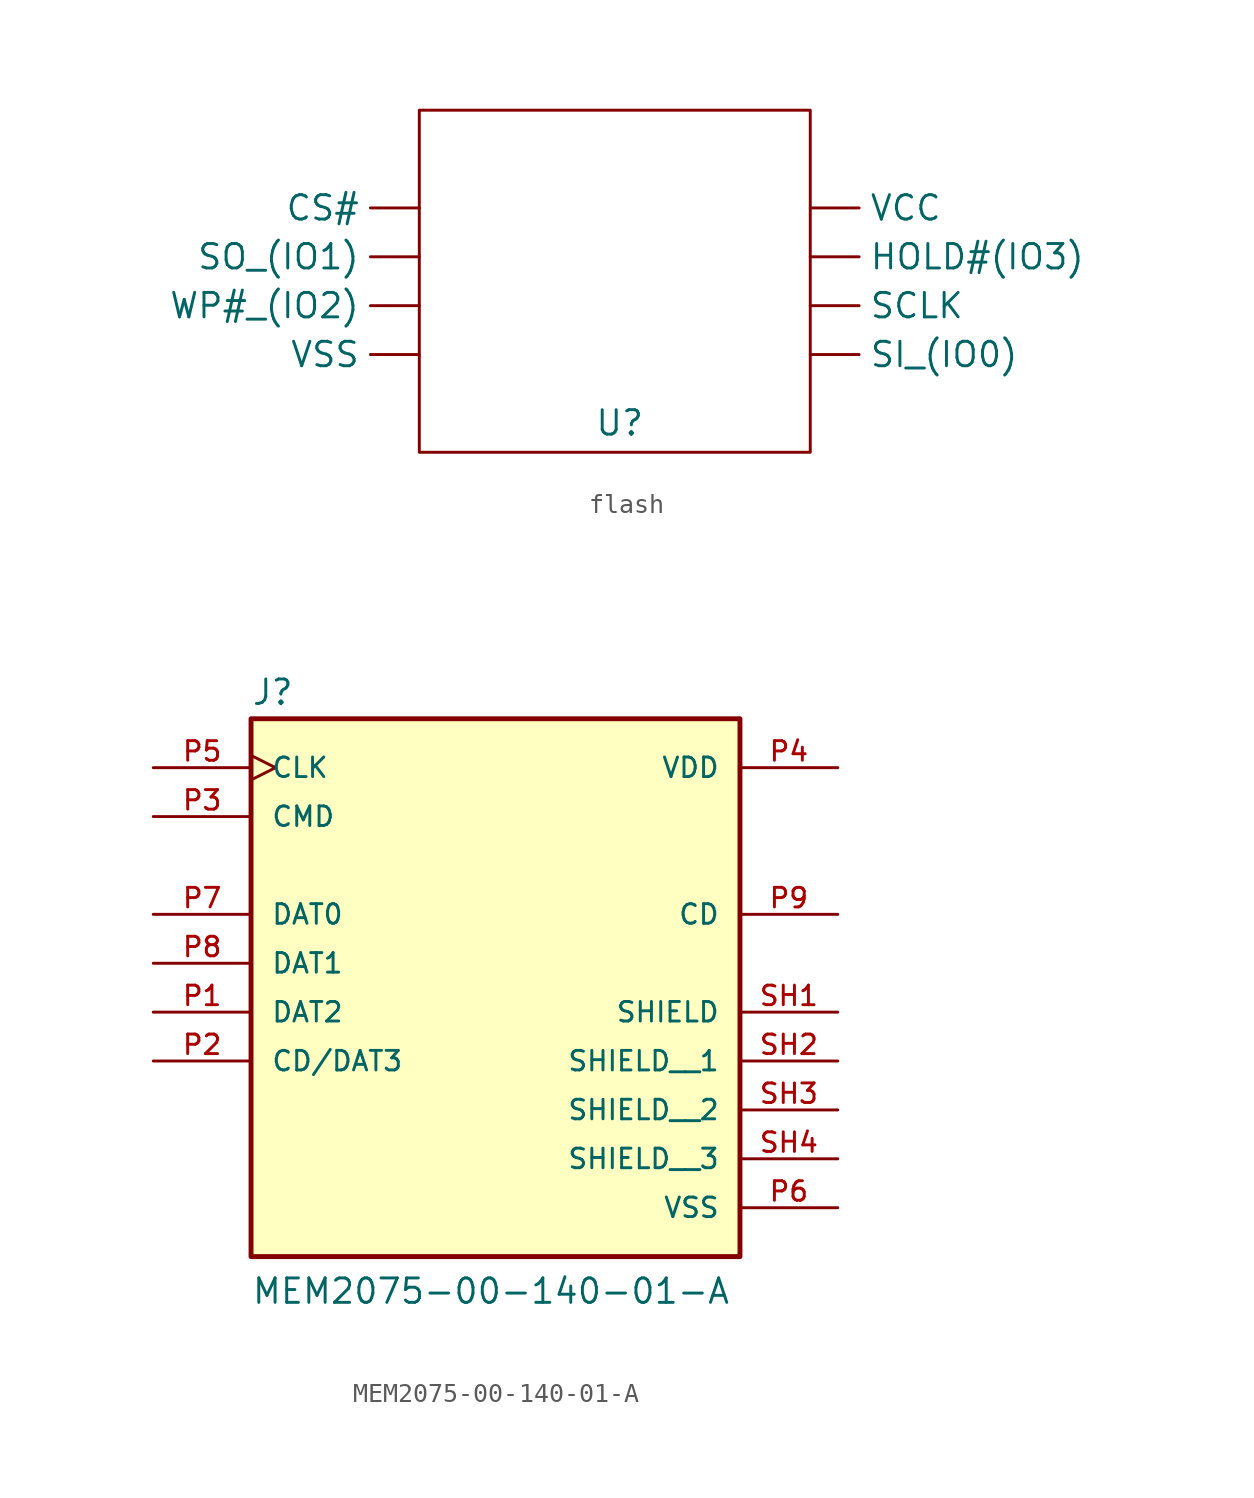
<source format=kicad_sym>
(kicad_symbol_lib
  (version 20231120)
  (generator "kicad_symbol_editor")
  (generator_version "8.0")
  (symbol "flash"
    (property "Reference" "U"
      (at 6.604 -3.556 0)
      (effects (font (size 1.27 1.27))))
    (property "Value" ""
      (at 0 0 0)
      (effects (font (size 1.27 1.27))))
    (symbol "flash_0_1"
      (rectangle (start -3.81 12.7) (end 16.51 -5.08) (stroke (width 0) (type default)) (fill (type none))))
    (symbol "flash_1_1"
      (pin input line (at -3.81 7.62 180) (length 2.54) (name "CS#" (effects (font (size 1.27 1.27)))) (number "" (effects (font (size 1.27 1.27)))))
      (pin bidirectional line (at 16.51 5.08 0) (length 2.54) (name "HOLD#(IO3)" (effects (font (size 1.27 1.27)))) (number "" (effects (font (size 1.27 1.27)))))
      (pin input line (at 16.51 2.54 0) (length 2.54) (name "SCLK" (effects (font (size 1.27 1.27)))) (number "" (effects (font (size 1.27 1.27)))))
      (pin bidirectional line (at 16.51 0 0) (length 2.54) (name "SI_(IO0)" (effects (font (size 1.27 1.27)))) (number "" (effects (font (size 1.27 1.27)))))
      (pin bidirectional line (at -3.81 5.08 180) (length 2.54) (name "SO_(IO1)" (effects (font (size 1.27 1.27)))) (number "" (effects (font (size 1.27 1.27)))))
      (pin input line (at 16.51 7.62 0) (length 2.54) (name "VCC" (effects (font (size 1.27 1.27)))) (number "" (effects (font (size 1.27 1.27)))))
      (pin input line (at -3.81 0 180) (length 2.54) (name "VSS" (effects (font (size 1.27 1.27)))) (number "" (effects (font (size 1.27 1.27)))))
      (pin bidirectional line (at -3.81 2.54 180) (length 2.54) (name "WP#_(IO2)" (effects (font (size 1.27 1.27)))) (number "" (effects (font (size 1.27 1.27)))))))
  (symbol "MEM2075-00-140-01-A"
    (pin_names
      (offset 1.016))
    (property "Reference" "J"
      (at -12.7 10.795 0)
      (effects (font (size 1.27 1.27)) (justify left bottom)))
    (property "Value" "MEM2075-00-140-01-A"
      (at -12.7 -20.32 0)
      (effects (font (size 1.27 1.27)) (justify left bottom)))
    (property "ki_locked" ""
      (at 0 0 0)
      (effects (font (size 1.27 1.27))))
    (symbol "MEM2075-00-140-01-A_0_0"
      (rectangle (start -12.7 -17.78) (end 12.7 10.16) (stroke (width 0.254) (type solid)) (fill (type background)))
      (pin bidirectional line (at -17.78 -5.08 0) (length 5.08) (name "DAT2" (effects (font (size 1.016 1.016)))) (number "P1" (effects (font (size 1.016 1.016)))))
      (pin bidirectional line (at -17.78 -7.62 0) (length 5.08) (name "CD/DAT3" (effects (font (size 1.016 1.016)))) (number "P2" (effects (font (size 1.016 1.016)))))
      (pin bidirectional line (at -17.78 5.08 0) (length 5.08) (name "CMD" (effects (font (size 1.016 1.016)))) (number "P3" (effects (font (size 1.016 1.016)))))
      (pin power_in line (at 17.78 7.62 180) (length 5.08) (name "VDD" (effects (font (size 1.016 1.016)))) (number "P4" (effects (font (size 1.016 1.016)))))
      (pin bidirectional clock (at -17.78 7.62 0) (length 5.08) (name "CLK" (effects (font (size 1.016 1.016)))) (number "P5" (effects (font (size 1.016 1.016)))))
      (pin power_in line (at 17.78 -15.24 180) (length 5.08) (name "VSS" (effects (font (size 1.016 1.016)))) (number "P6" (effects (font (size 1.016 1.016)))))
      (pin bidirectional line (at -17.78 0 0) (length 5.08) (name "DAT0" (effects (font (size 1.016 1.016)))) (number "P7" (effects (font (size 1.016 1.016)))))
      (pin bidirectional line (at -17.78 -2.54 0) (length 5.08) (name "DAT1" (effects (font (size 1.016 1.016)))) (number "P8" (effects (font (size 1.016 1.016)))))
      (pin passive line (at 17.78 0 180) (length 5.08) (name "CD" (effects (font (size 1.016 1.016)))) (number "P9" (effects (font (size 1.016 1.016)))))
      (pin power_in line (at 17.78 -5.08 180) (length 5.08) (name "SHIELD" (effects (font (size 1.016 1.016)))) (number "SH1" (effects (font (size 1.016 1.016)))))
      (pin power_in line (at 17.78 -7.62 180) (length 5.08) (name "SHIELD__1" (effects (font (size 1.016 1.016)))) (number "SH2" (effects (font (size 1.016 1.016)))))
      (pin power_in line (at 17.78 -10.16 180) (length 5.08) (name "SHIELD__2" (effects (font (size 1.016 1.016)))) (number "SH3" (effects (font (size 1.016 1.016)))))
      (pin power_in line (at 17.78 -12.7 180) (length 5.08) (name "SHIELD__3" (effects (font (size 1.016 1.016)))) (number "SH4" (effects (font (size 1.016 1.016))))))))
</source>
